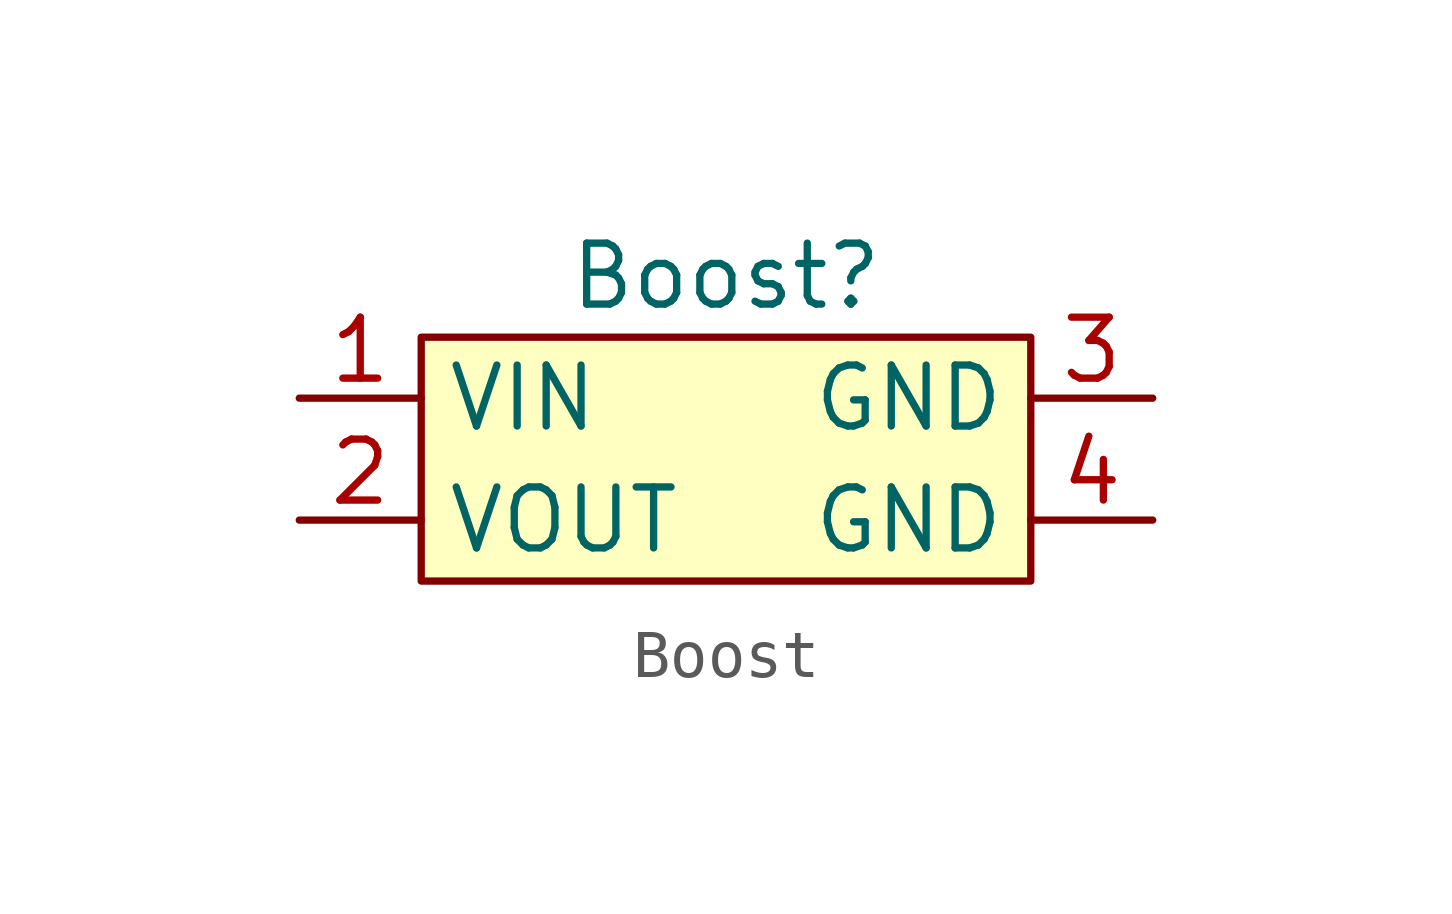
<source format=kicad_sym>
(kicad_symbol_lib
  (version 20220914)
  (generator kicad_symbol_editor)
  (symbol "Boost"
    (property "Reference" "Boost"
      (at 0 2.54 0)
      (effects (font (size 1.27 1.27))))
    (property "Value" ""
      (at 0 0 0)
      (effects (font (size 1.27 1.27))))
    (symbol "Boost_1_1"
      (rectangle (start -6.35 1.27) (end 6.35 -3.81) (stroke (width 0) (type default)) (fill (type background)))
      (pin input line (at -8.89 0 0) (length 2.54) (name "VIN" (effects (font (size 1.27 1.27)))) (number "1" (effects (font (size 1.27 1.27)))))
      (pin output line (at -8.89 -2.54 0) (length 2.54) (name "VOUT" (effects (font (size 1.27 1.27)))) (number "2" (effects (font (size 1.27 1.27)))))
      (pin input line (at 8.89 0 180) (length 2.54) (name "GND" (effects (font (size 1.27 1.27)))) (number "3" (effects (font (size 1.27 1.27)))))
      (pin input line (at 8.89 -2.54 180) (length 2.54) (name "GND" (effects (font (size 1.27 1.27)))) (number "4" (effects (font (size 1.27 1.27))))))))
</source>
